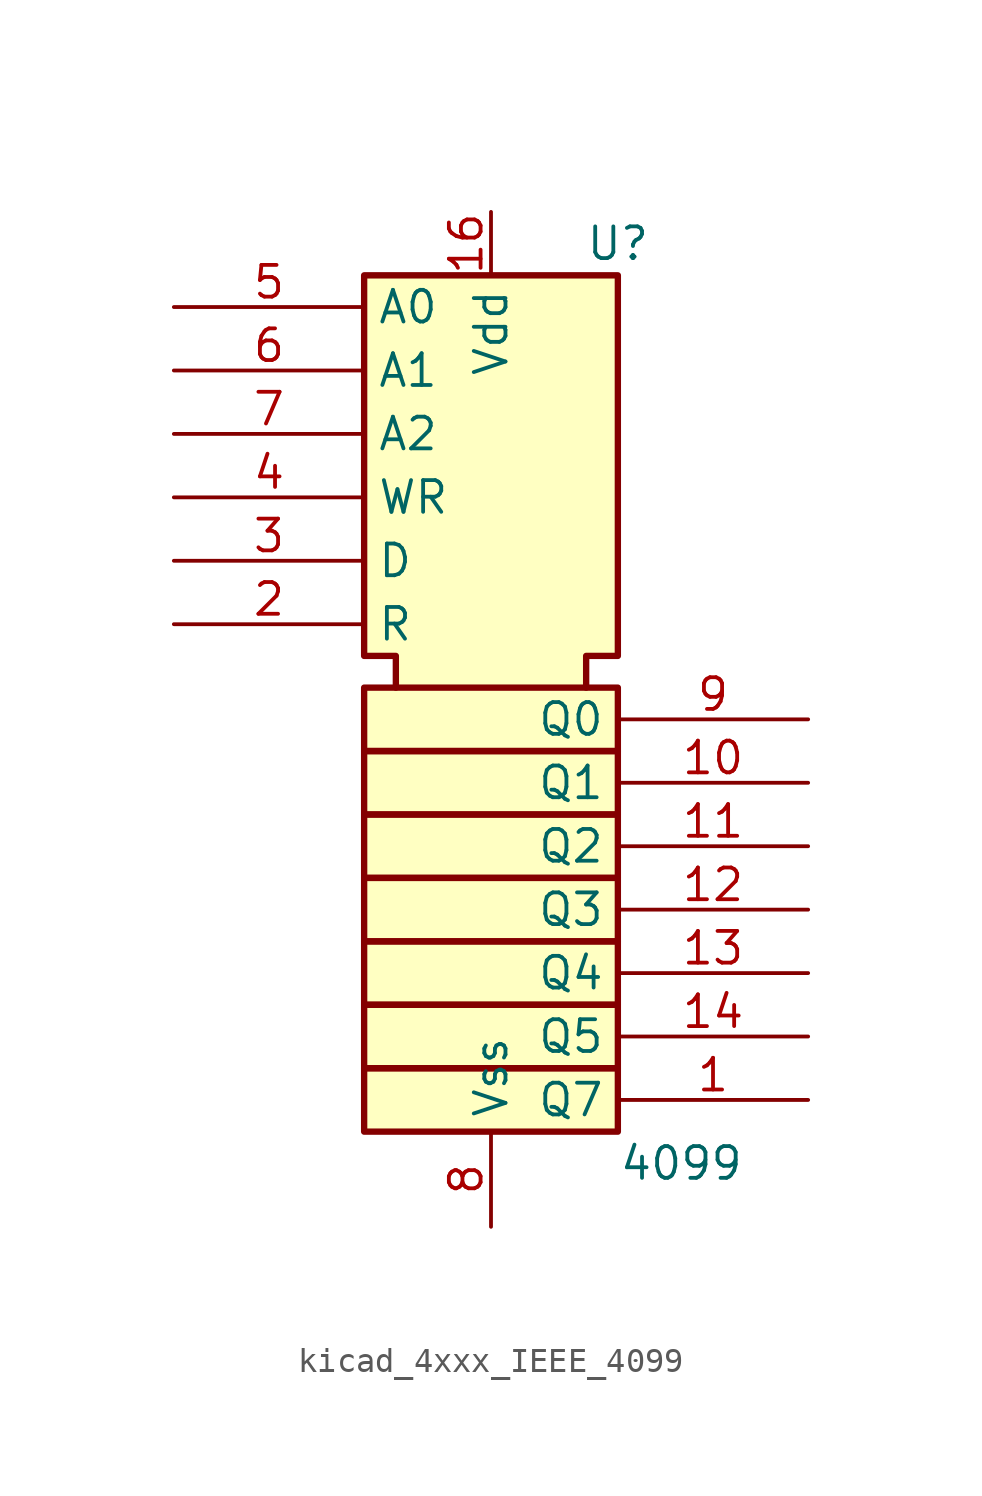
<source format=kicad_sym>
(kicad_symbol_lib
  (version 20220914)
  (generator kicad_symbol_editor)
  (symbol "kicad_4xxx_IEEE_4099"
    (property "Reference" "U"
      (at 5.08 19.05 0)
      (effects (font (size 1.27 1.27))))
    (property "Value" "4099"
      (at 7.62 -17.78 0)
      (effects (font (size 1.27 1.27))))
    (symbol "kicad_4xxx_IEEE_4099_0_1"
      (rectangle (start -5.08 -13.97) (end 5.08 -16.51) (stroke (width 0.254) (type default)) (fill (type background)))
      (rectangle (start -5.08 -11.43) (end 5.08 -13.97) (stroke (width 0.254) (type default)) (fill (type background)))
      (rectangle (start -5.08 -8.89) (end 5.08 -11.43) (stroke (width 0.254) (type default)) (fill (type background)))
      (rectangle (start -5.08 -6.35) (end 5.08 -8.89) (stroke (width 0.254) (type default)) (fill (type background)))
      (rectangle (start -5.08 -3.81) (end 5.08 -6.35) (stroke (width 0.254) (type default)) (fill (type background)))
      (rectangle (start -5.08 -1.27) (end 5.08 -3.81) (stroke (width 0.254) (type default)) (fill (type background)))
      (rectangle (start -5.08 1.27) (end 5.08 -1.27) (stroke (width 0.254) (type default)) (fill (type background)))
      (polyline (pts (xy 3.81 1.27) (xy 3.81 2.54) (xy 5.08 2.54) (xy 5.08 17.78) (xy -5.08 17.78) (xy -5.08 2.54) (xy -3.81 2.54) (xy -3.81 1.27)) (stroke (width 0.254) (type default)) (fill (type background))))
    (symbol "kicad_4xxx_IEEE_4099_1_1"
      (pin output line (at 12.7 -15.24 180) (length 7.62) (name "Q7" (effects (font (size 1.27 1.27)))) (number "1" (effects (font (size 1.27 1.27)))))
      (pin output line (at 12.7 -2.54 180) (length 7.62) (name "Q1" (effects (font (size 1.27 1.27)))) (number "10" (effects (font (size 1.27 1.27)))))
      (pin output line (at 12.7 -5.08 180) (length 7.62) (name "Q2" (effects (font (size 1.27 1.27)))) (number "11" (effects (font (size 1.27 1.27)))))
      (pin output line (at 12.7 -7.62 180) (length 7.62) (name "Q3" (effects (font (size 1.27 1.27)))) (number "12" (effects (font (size 1.27 1.27)))))
      (pin output line (at 12.7 -10.16 180) (length 7.62) (name "Q4" (effects (font (size 1.27 1.27)))) (number "13" (effects (font (size 1.27 1.27)))))
      (pin output line (at 12.7 -12.7 180) (length 7.62) (name "Q5" (effects (font (size 1.27 1.27)))) (number "14" (effects (font (size 1.27 1.27)))))
      (pin power_in line (at 0 20.32 270) (length 2.54) (name "Vdd" (effects (font (size 1.27 1.27)))) (number "16" (effects (font (size 1.27 1.27)))))
      (pin input line (at -12.7 3.81 0) (length 7.62) (name "R" (effects (font (size 1.27 1.27)))) (number "2" (effects (font (size 1.27 1.27)))))
      (pin input line (at -12.7 6.35 0) (length 7.62) (name "D" (effects (font (size 1.27 1.27)))) (number "3" (effects (font (size 1.27 1.27)))))
      (pin input line (at -12.7 8.89 0) (length 7.62) (name "WR" (effects (font (size 1.27 1.27)))) (number "4" (effects (font (size 1.27 1.27)))))
      (pin input line (at -12.7 16.51 0) (length 7.62) (name "A0" (effects (font (size 1.27 1.27)))) (number "5" (effects (font (size 1.27 1.27)))))
      (pin input line (at -12.7 13.97 0) (length 7.62) (name "A1" (effects (font (size 1.27 1.27)))) (number "6" (effects (font (size 1.27 1.27)))))
      (pin input line (at -12.7 11.43 0) (length 7.62) (name "A2" (effects (font (size 1.27 1.27)))) (number "7" (effects (font (size 1.27 1.27)))))
      (pin power_in line (at 0 -20.32 90) (length 3.81) (name "Vss" (effects (font (size 1.27 1.27)))) (number "8" (effects (font (size 1.27 1.27)))))
      (pin output line (at 12.7 0 180) (length 7.62) (name "Q0" (effects (font (size 1.27 1.27)))) (number "9" (effects (font (size 1.27 1.27))))))))
</source>
